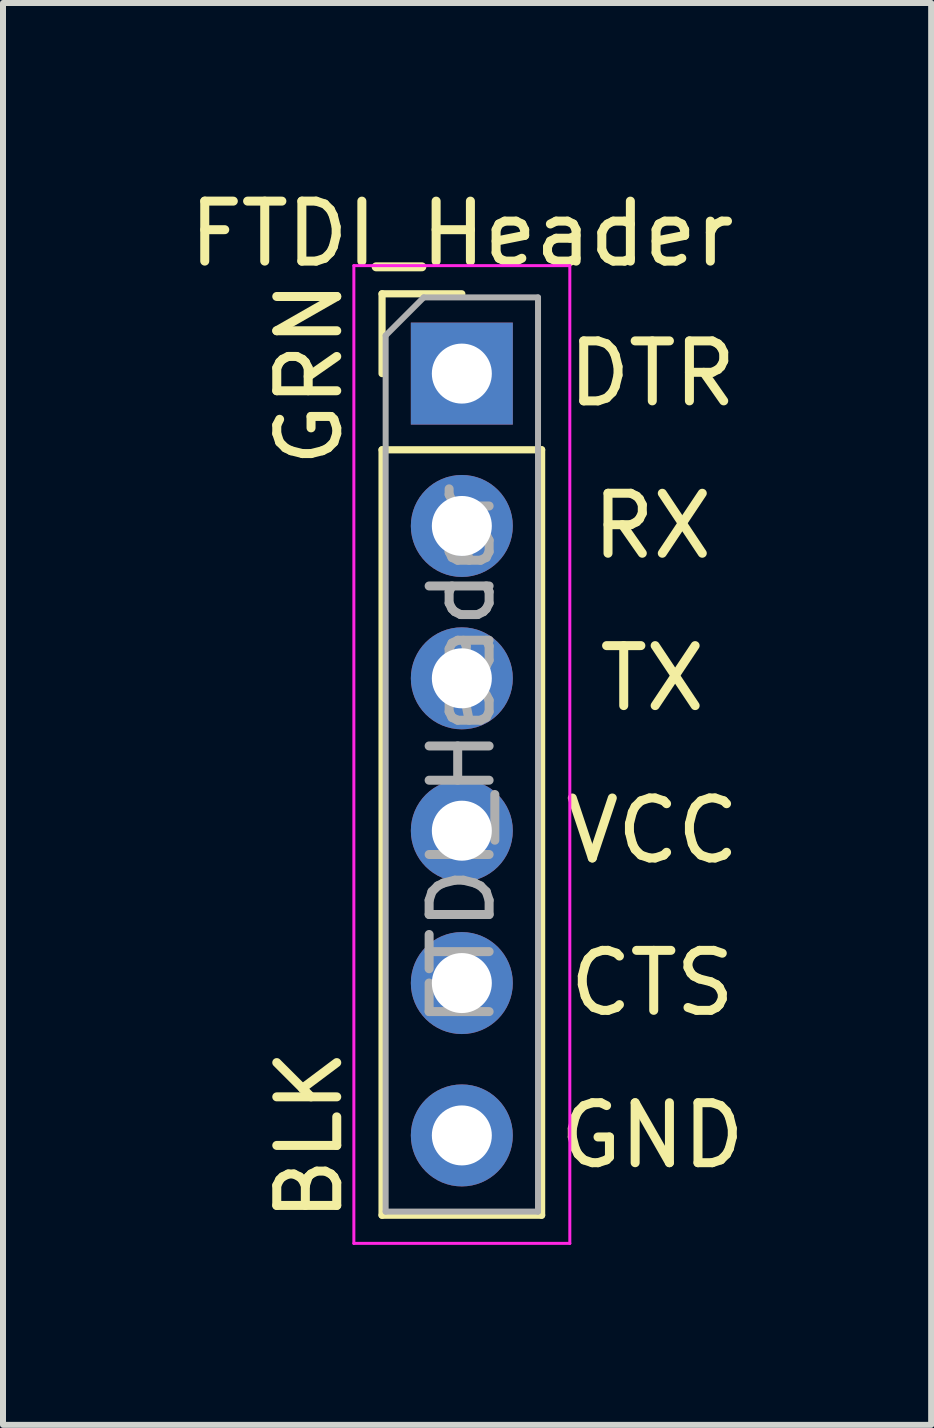
<source format=kicad_pcb>
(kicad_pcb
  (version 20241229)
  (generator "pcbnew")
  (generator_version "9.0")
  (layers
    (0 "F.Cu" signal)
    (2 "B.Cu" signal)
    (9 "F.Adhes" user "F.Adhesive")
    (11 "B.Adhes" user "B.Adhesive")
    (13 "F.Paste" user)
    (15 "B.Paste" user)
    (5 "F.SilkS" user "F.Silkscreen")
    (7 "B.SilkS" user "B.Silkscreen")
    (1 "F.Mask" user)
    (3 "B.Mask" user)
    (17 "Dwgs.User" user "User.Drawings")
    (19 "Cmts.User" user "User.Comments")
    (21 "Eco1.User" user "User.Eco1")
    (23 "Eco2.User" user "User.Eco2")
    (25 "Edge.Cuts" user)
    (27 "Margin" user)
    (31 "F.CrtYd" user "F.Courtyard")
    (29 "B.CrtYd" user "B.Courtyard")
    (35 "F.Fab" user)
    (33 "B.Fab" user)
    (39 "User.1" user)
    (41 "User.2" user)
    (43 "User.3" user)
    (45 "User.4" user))
  (footprint "FTDI_Header"
    (layer "F.Cu")
    (at 4.649 3.178)
    (property "Reference" "FTDI_Header" (at 0 -2.33 0) (layer "F.SilkS") (effects (font (size 1 1) (thickness 0.15))))
    (attr through_hole)
    (fp_line (start -1.33 -1.33) (end 0 -1.33) (stroke (width 0.12) (type solid)) (layer "F.SilkS"))
    (fp_line (start -1.33 0) (end -1.33 -1.33) (stroke (width 0.12) (type solid)) (layer "F.SilkS"))
    (fp_line (start -1.33 1.27) (end -1.33 14.03) (stroke (width 0.12) (type solid)) (layer "F.SilkS"))
    (fp_line (start -1.33 1.27) (end 1.33 1.27) (stroke (width 0.12) (type solid)) (layer "F.SilkS"))
    (fp_line (start -1.33 14.03) (end 1.33 14.03) (stroke (width 0.12) (type solid)) (layer "F.SilkS"))
    (fp_line (start 1.33 1.27) (end 1.33 14.03) (stroke (width 0.12) (type solid)) (layer "F.SilkS"))
    (fp_line (start -1.8 -1.8) (end -1.8 14.5) (stroke (width 0.05) (type solid)) (layer "F.CrtYd"))
    (fp_line (start -1.8 14.5) (end 1.8 14.5) (stroke (width 0.05) (type solid)) (layer "F.CrtYd"))
    (fp_line (start 1.8 -1.8) (end -1.8 -1.8) (stroke (width 0.05) (type solid)) (layer "F.CrtYd"))
    (fp_line (start 1.8 14.5) (end 1.8 -1.8) (stroke (width 0.05) (type solid)) (layer "F.CrtYd"))
    (fp_line (start -1.27 -0.635) (end -0.635 -1.27) (stroke (width 0.1) (type solid)) (layer "F.Fab"))
    (fp_line (start -1.27 13.97) (end -1.27 -0.635) (stroke (width 0.1) (type solid)) (layer "F.Fab"))
    (fp_line (start -0.635 -1.27) (end 1.27 -1.27) (stroke (width 0.1) (type solid)) (layer "F.Fab"))
    (fp_line (start 1.27 -1.27) (end 1.27 13.97) (stroke (width 0.1) (type solid)) (layer "F.Fab"))
    (fp_line (start 1.27 13.97) (end -1.27 13.97) (stroke (width 0.1) (type solid)) (layer "F.Fab"))
    (fp_text user "CTS" (at 3.175 10.16 0) (layer "F.SilkS") (effects (font (size 1 1) (thickness 0.15))))
    (fp_text user "DTR" (at 3.175 0 0) (layer "F.SilkS") (effects (font (size 1 1) (thickness 0.15))))
    (fp_text user "GRN" (at -2.54 0 90) (layer "F.SilkS") (effects (font (size 1 1) (thickness 0.15))))
    (fp_text user "BLK" (at -2.54 12.7 90) (layer "F.SilkS") (effects (font (size 1 1) (thickness 0.15))))
    (fp_text user "RX" (at 3.175 2.54 0) (layer "F.SilkS") (effects (font (size 1 1) (thickness 0.15))))
    (fp_text user "GND" (at 3.175 12.7 0) (layer "F.SilkS") (effects (font (size 1 1) (thickness 0.15))))
    (fp_text user "TX" (at 3.175 5.08 0) (layer "F.SilkS") (effects (font (size 1 1) (thickness 0.15))))
    (fp_text user "VCC" (at 3.175 7.62 0) (layer "F.SilkS") (effects (font (size 1 1) (thickness 0.15))))
    (fp_text user "${REFERENCE}" (at 0 6.35 90) (layer "F.Fab") (effects (font (size 1 1) (thickness 0.15))))
    (pad "1" thru_hole rect (at 0 0) (size 1.7 1.7) (drill 1) (layers "*.Cu" "*.Mask"))
    (pad "2" thru_hole oval (at 0 2.54) (size 1.7 1.7) (drill 1) (layers "*.Cu" "*.Mask"))
    (pad "3" thru_hole oval (at 0 5.08) (size 1.7 1.7) (drill 1) (layers "*.Cu" "*.Mask"))
    (pad "4" thru_hole oval (at 0 7.62) (size 1.7 1.7) (drill 1) (layers "*.Cu" "*.Mask"))
    (pad "5" thru_hole oval (at 0 10.16) (size 1.7 1.7) (drill 1) (layers "*.Cu" "*.Mask"))
    (pad "6" thru_hole oval (at 0 12.7) (size 1.7 1.7) (drill 1) (layers "*.Cu" "*.Mask")))
  (gr_rect
    (start -3 -3)
    (end 12.473 20.703)
    (stroke (width 0.1) (type default))
    (fill no)
    (layer "Edge.Cuts")))
</source>
